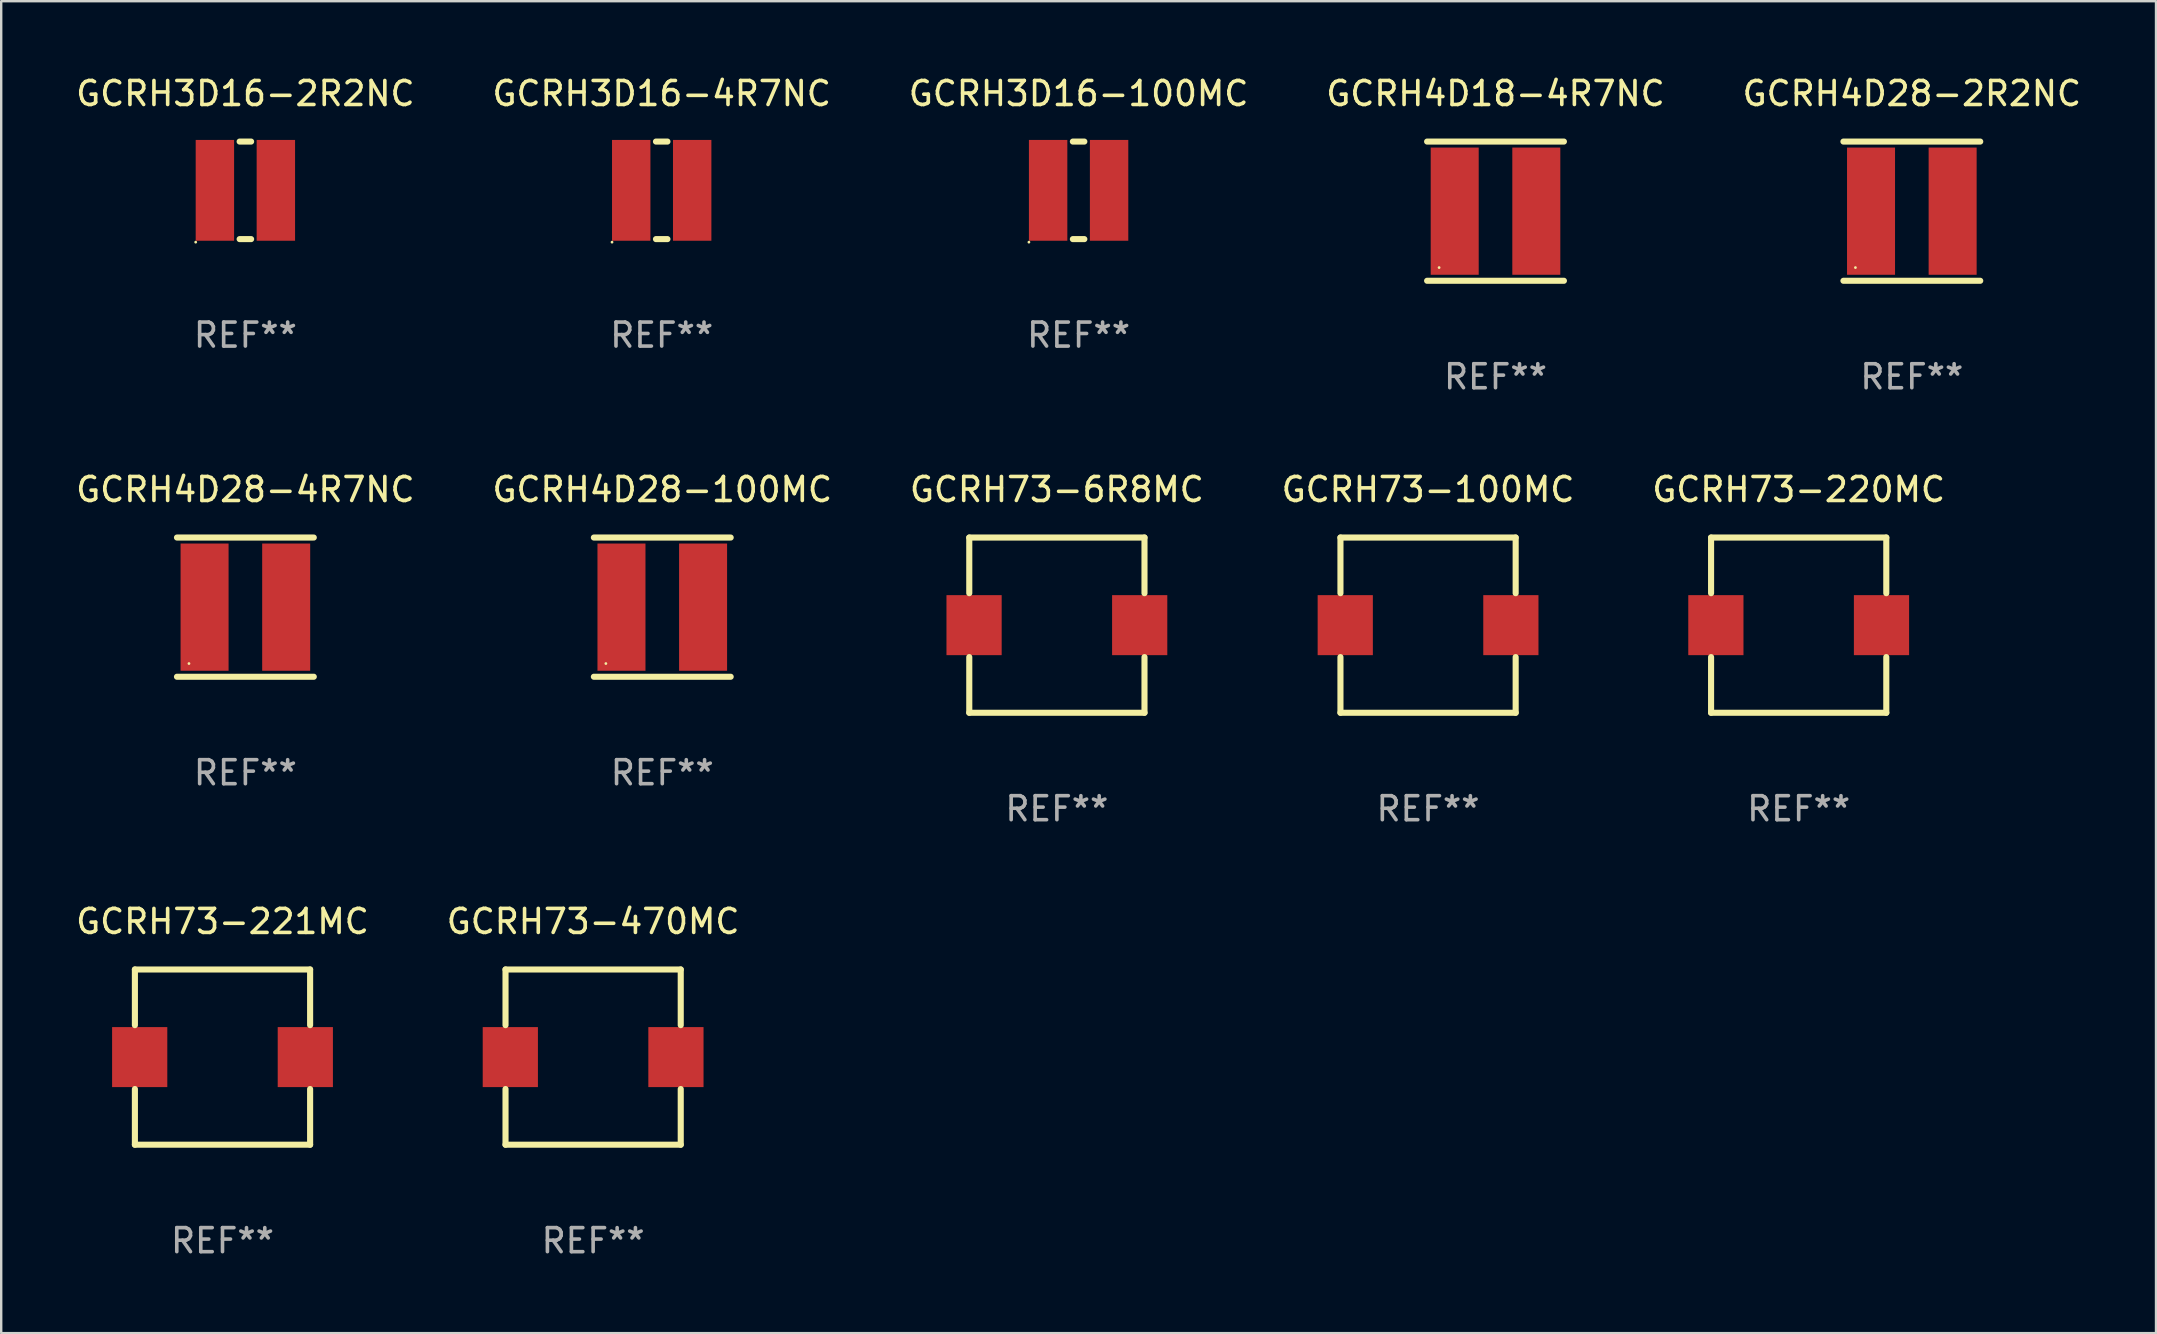
<source format=kicad_pcb>
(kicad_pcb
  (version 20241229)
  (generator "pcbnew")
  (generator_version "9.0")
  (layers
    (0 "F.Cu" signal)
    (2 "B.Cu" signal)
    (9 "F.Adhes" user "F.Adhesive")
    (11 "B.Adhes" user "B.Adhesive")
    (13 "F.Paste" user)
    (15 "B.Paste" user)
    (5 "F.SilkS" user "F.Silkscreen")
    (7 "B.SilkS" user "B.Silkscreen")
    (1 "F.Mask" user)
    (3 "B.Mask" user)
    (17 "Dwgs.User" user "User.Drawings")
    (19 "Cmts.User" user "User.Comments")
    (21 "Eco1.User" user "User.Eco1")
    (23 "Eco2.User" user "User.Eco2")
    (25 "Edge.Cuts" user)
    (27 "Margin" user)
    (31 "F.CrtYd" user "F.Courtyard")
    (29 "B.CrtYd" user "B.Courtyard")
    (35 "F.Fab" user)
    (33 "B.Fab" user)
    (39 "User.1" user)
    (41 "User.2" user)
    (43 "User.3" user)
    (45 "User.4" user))
  (footprint "GCRH73-470MC"
    (layer "F.Cu")
    (at 21.661 40.991)
    (property "Reference" "GCRH73-470MC" (at 0 -5.65 0) (layer "F.SilkS") (effects (font (size 1 1) (thickness 0.15))))
    (attr through_hole)
    (fp_line (start -3.65 -3.65) (end 3.65 -3.65) (stroke (width 0.254) (type solid)) (layer "F.SilkS"))
    (fp_line (start -3.65 -1.331) (end -3.65 -3.65) (stroke (width 0.254) (type solid)) (layer "F.SilkS"))
    (fp_line (start -3.65 3.65) (end -3.65 1.331) (stroke (width 0.254) (type solid)) (layer "F.SilkS"))
    (fp_line (start 3.65 -3.65) (end 3.65 -1.331) (stroke (width 0.254) (type solid)) (layer "F.SilkS"))
    (fp_line (start 3.65 1.331) (end 3.65 3.65) (stroke (width 0.254) (type solid)) (layer "F.SilkS"))
    (fp_line (start 3.65 3.65) (end -3.65 3.65) (stroke (width 0.254) (type solid)) (layer "F.SilkS"))
    (fp_circle (center -3.65 3.65) (end -3.62 3.65) (stroke (width 0.06) (type solid)) (fill no) (layer "F.SilkS"))
    (fp_text user "REF**" (at 0 7.65 0) (layer "F.Fab") (effects (font (size 1 1) (thickness 0.15))))
    (pad "1" smd rect (at -3.45 0) (size 2.3 2.5) (layers "F.Cu" "F.Mask" "F.Paste"))
    (pad "2" smd rect (at 3.45 0) (size 2.3 2.5) (layers "F.Cu" "F.Mask" "F.Paste")))
  (footprint "GCRH73-6R8MC"
    (layer "F.Cu")
    (at 40.982 22.995)
    (property "Reference" "GCRH73-6R8MC" (at 0 -5.65 0) (layer "F.SilkS") (effects (font (size 1 1) (thickness 0.15))))
    (attr through_hole)
    (fp_line (start -3.65 -3.65) (end 3.65 -3.65) (stroke (width 0.254) (type solid)) (layer "F.SilkS"))
    (fp_line (start -3.65 -1.331) (end -3.65 -3.65) (stroke (width 0.254) (type solid)) (layer "F.SilkS"))
    (fp_line (start -3.65 3.65) (end -3.65 1.331) (stroke (width 0.254) (type solid)) (layer "F.SilkS"))
    (fp_line (start 3.65 -3.65) (end 3.65 -1.331) (stroke (width 0.254) (type solid)) (layer "F.SilkS"))
    (fp_line (start 3.65 1.331) (end 3.65 3.65) (stroke (width 0.254) (type solid)) (layer "F.SilkS"))
    (fp_line (start 3.65 3.65) (end -3.65 3.65) (stroke (width 0.254) (type solid)) (layer "F.SilkS"))
    (fp_circle (center -3.65 3.65) (end -3.62 3.65) (stroke (width 0.06) (type solid)) (fill no) (layer "F.SilkS"))
    (fp_text user "REF**" (at 0 7.65 0) (layer "F.Fab") (effects (font (size 1 1) (thickness 0.15))))
    (pad "1" smd rect (at -3.45 0) (size 2.3 2.5) (layers "F.Cu" "F.Mask" "F.Paste"))
    (pad "2" smd rect (at 3.45 0) (size 2.3 2.5) (layers "F.Cu" "F.Mask" "F.Paste")))
  (footprint "GCRH3D16-4R7NC"
    (layer "F.Cu")
    (at 24.518 4.88)
    (property "Reference" "GCRH3D16-4R7NC" (at 0 -4.032 0) (layer "F.SilkS") (effects (font (size 1 1) (thickness 0.15))))
    (attr through_hole)
    (fp_line (start -0.239 -2.032) (end 0.239 -2.032) (stroke (width 0.254) (type solid)) (layer "F.SilkS"))
    (fp_line (start -0.239 2.032) (end 0.239 2.032) (stroke (width 0.254) (type solid)) (layer "F.SilkS"))
    (fp_circle (center -2.07 2.159) (end -2.04 2.159) (stroke (width 0.06) (type solid)) (fill no) (layer "F.SilkS"))
    (fp_text user "REF**" (at 0 6.032 0) (layer "F.Fab") (effects (font (size 1 1) (thickness 0.15))))
    (pad "1" smd rect (at -1.27 0 90) (size 4.2 1.6) (layers "F.Cu" "F.Mask" "F.Paste"))
    (pad "2" smd rect (at 1.27 0 90) (size 4.2 1.6) (layers "F.Cu" "F.Mask" "F.Paste")))
  (footprint "GCRH4D18-4R7NC"
    (layer "F.Cu")
    (at 59.256 5.748)
    (property "Reference" "GCRH4D18-4R7NC" (at 0 -4.9 0) (layer "F.SilkS") (effects (font (size 1 1) (thickness 0.15))))
    (attr through_hole)
    (fp_line (start -2.85 -2.9) (end 2.85 -2.9) (stroke (width 0.254) (type solid)) (layer "F.SilkS"))
    (fp_line (start -2.85 2.9) (end 2.85 2.9) (stroke (width 0.254) (type solid)) (layer "F.SilkS"))
    (fp_circle (center -2.35 2.35) (end -2.32 2.35) (stroke (width 0.06) (type solid)) (fill no) (layer "F.SilkS"))
    (fp_text user "REF**" (at 0 6.9 0) (layer "F.Fab") (effects (font (size 1 1) (thickness 0.15))))
    (pad "1" smd rect (at -1.7 0) (size 2 5.3) (layers "F.Cu" "F.Mask" "F.Paste"))
    (pad "2" smd rect (at 1.7 0) (size 2 5.3) (layers "F.Cu" "F.Mask" "F.Paste")))
  (footprint "GCRH73-220MC"
    (layer "F.Cu")
    (at 71.887 22.995)
    (property "Reference" "GCRH73-220MC" (at 0 -5.65 0) (layer "F.SilkS") (effects (font (size 1 1) (thickness 0.15))))
    (attr through_hole)
    (fp_line (start -3.65 -3.65) (end 3.65 -3.65) (stroke (width 0.254) (type solid)) (layer "F.SilkS"))
    (fp_line (start -3.65 -1.331) (end -3.65 -3.65) (stroke (width 0.254) (type solid)) (layer "F.SilkS"))
    (fp_line (start -3.65 3.65) (end -3.65 1.331) (stroke (width 0.254) (type solid)) (layer "F.SilkS"))
    (fp_line (start 3.65 -3.65) (end 3.65 -1.331) (stroke (width 0.254) (type solid)) (layer "F.SilkS"))
    (fp_line (start 3.65 1.331) (end 3.65 3.65) (stroke (width 0.254) (type solid)) (layer "F.SilkS"))
    (fp_line (start 3.65 3.65) (end -3.65 3.65) (stroke (width 0.254) (type solid)) (layer "F.SilkS"))
    (fp_circle (center -3.65 3.65) (end -3.62 3.65) (stroke (width 0.06) (type solid)) (fill no) (layer "F.SilkS"))
    (fp_text user "REF**" (at 0 7.65 0) (layer "F.Fab") (effects (font (size 1 1) (thickness 0.15))))
    (pad "1" smd rect (at -3.45 0) (size 2.3 2.5) (layers "F.Cu" "F.Mask" "F.Paste"))
    (pad "2" smd rect (at 3.45 0) (size 2.3 2.5) (layers "F.Cu" "F.Mask" "F.Paste")))
  (footprint "GCRH4D28-100MC"
    (layer "F.Cu")
    (at 24.542 22.245)
    (property "Reference" "GCRH4D28-100MC" (at 0 -4.9 0) (layer "F.SilkS") (effects (font (size 1 1) (thickness 0.15))))
    (attr through_hole)
    (fp_line (start -2.85 -2.9) (end 2.85 -2.9) (stroke (width 0.254) (type solid)) (layer "F.SilkS"))
    (fp_line (start -2.85 2.9) (end 2.85 2.9) (stroke (width 0.254) (type solid)) (layer "F.SilkS"))
    (fp_circle (center -2.35 2.35) (end -2.32 2.35) (stroke (width 0.06) (type solid)) (fill no) (layer "F.SilkS"))
    (fp_text user "REF**" (at 0 6.9 0) (layer "F.Fab") (effects (font (size 1 1) (thickness 0.15))))
    (pad "1" smd rect (at -1.7 0) (size 2 5.3) (layers "F.Cu" "F.Mask" "F.Paste"))
    (pad "2" smd rect (at 1.7 0) (size 2 5.3) (layers "F.Cu" "F.Mask" "F.Paste")))
  (footprint "GCRH4D28-4R7NC"
    (layer "F.Cu")
    (at 7.173 22.245)
    (property "Reference" "GCRH4D28-4R7NC" (at 0 -4.9 0) (layer "F.SilkS") (effects (font (size 1 1) (thickness 0.15))))
    (attr through_hole)
    (fp_line (start -2.85 -2.9) (end 2.85 -2.9) (stroke (width 0.254) (type solid)) (layer "F.SilkS"))
    (fp_line (start -2.85 2.9) (end 2.85 2.9) (stroke (width 0.254) (type solid)) (layer "F.SilkS"))
    (fp_circle (center -2.35 2.35) (end -2.32 2.35) (stroke (width 0.06) (type solid)) (fill no) (layer "F.SilkS"))
    (fp_text user "REF**" (at 0 6.9 0) (layer "F.Fab") (effects (font (size 1 1) (thickness 0.15))))
    (pad "1" smd rect (at -1.7 0) (size 2 5.3) (layers "F.Cu" "F.Mask" "F.Paste"))
    (pad "2" smd rect (at 1.7 0) (size 2 5.3) (layers "F.Cu" "F.Mask" "F.Paste")))
  (footprint "GCRH73-221MC"
    (layer "F.Cu")
    (at 6.22 40.991)
    (property "Reference" "GCRH73-221MC" (at 0 -5.65 0) (layer "F.SilkS") (effects (font (size 1 1) (thickness 0.15))))
    (attr through_hole)
    (fp_line (start -3.65 -3.65) (end 3.65 -3.65) (stroke (width 0.254) (type solid)) (layer "F.SilkS"))
    (fp_line (start -3.65 -1.331) (end -3.65 -3.65) (stroke (width 0.254) (type solid)) (layer "F.SilkS"))
    (fp_line (start -3.65 3.65) (end -3.65 1.331) (stroke (width 0.254) (type solid)) (layer "F.SilkS"))
    (fp_line (start 3.65 -3.65) (end 3.65 -1.331) (stroke (width 0.254) (type solid)) (layer "F.SilkS"))
    (fp_line (start 3.65 1.331) (end 3.65 3.65) (stroke (width 0.254) (type solid)) (layer "F.SilkS"))
    (fp_line (start 3.65 3.65) (end -3.65 3.65) (stroke (width 0.254) (type solid)) (layer "F.SilkS"))
    (fp_circle (center -3.65 3.65) (end -3.62 3.65) (stroke (width 0.06) (type solid)) (fill no) (layer "F.SilkS"))
    (fp_text user "REF**" (at 0 7.65 0) (layer "F.Fab") (effects (font (size 1 1) (thickness 0.15))))
    (pad "1" smd rect (at -3.45 0) (size 2.3 2.5) (layers "F.Cu" "F.Mask" "F.Paste"))
    (pad "2" smd rect (at 3.45 0) (size 2.3 2.5) (layers "F.Cu" "F.Mask" "F.Paste")))
  (footprint "GCRH3D16-100MC"
    (layer "F.Cu")
    (at 41.887 4.88)
    (property "Reference" "GCRH3D16-100MC" (at 0 -4.032 0) (layer "F.SilkS") (effects (font (size 1 1) (thickness 0.15))))
    (attr through_hole)
    (fp_line (start -0.239 -2.032) (end 0.239 -2.032) (stroke (width 0.254) (type solid)) (layer "F.SilkS"))
    (fp_line (start -0.239 2.032) (end 0.239 2.032) (stroke (width 0.254) (type solid)) (layer "F.SilkS"))
    (fp_circle (center -2.07 2.159) (end -2.04 2.159) (stroke (width 0.06) (type solid)) (fill no) (layer "F.SilkS"))
    (fp_text user "REF**" (at 0 6.032 0) (layer "F.Fab") (effects (font (size 1 1) (thickness 0.15))))
    (pad "1" smd rect (at -1.27 0 90) (size 4.2 1.6) (layers "F.Cu" "F.Mask" "F.Paste"))
    (pad "2" smd rect (at 1.27 0 90) (size 4.2 1.6) (layers "F.Cu" "F.Mask" "F.Paste")))
  (footprint "GCRH73-100MC"
    (layer "F.Cu")
    (at 56.446 22.995)
    (property "Reference" "GCRH73-100MC" (at 0 -5.65 0) (layer "F.SilkS") (effects (font (size 1 1) (thickness 0.15))))
    (attr through_hole)
    (fp_line (start -3.65 -3.65) (end 3.65 -3.65) (stroke (width 0.254) (type solid)) (layer "F.SilkS"))
    (fp_line (start -3.65 -1.331) (end -3.65 -3.65) (stroke (width 0.254) (type solid)) (layer "F.SilkS"))
    (fp_line (start -3.65 3.65) (end -3.65 1.331) (stroke (width 0.254) (type solid)) (layer "F.SilkS"))
    (fp_line (start 3.65 -3.65) (end 3.65 -1.331) (stroke (width 0.254) (type solid)) (layer "F.SilkS"))
    (fp_line (start 3.65 1.331) (end 3.65 3.65) (stroke (width 0.254) (type solid)) (layer "F.SilkS"))
    (fp_line (start 3.65 3.65) (end -3.65 3.65) (stroke (width 0.254) (type solid)) (layer "F.SilkS"))
    (fp_circle (center -3.65 3.65) (end -3.62 3.65) (stroke (width 0.06) (type solid)) (fill no) (layer "F.SilkS"))
    (fp_text user "REF**" (at 0 7.65 0) (layer "F.Fab") (effects (font (size 1 1) (thickness 0.15))))
    (pad "1" smd rect (at -3.45 0) (size 2.3 2.5) (layers "F.Cu" "F.Mask" "F.Paste"))
    (pad "2" smd rect (at 3.45 0) (size 2.3 2.5) (layers "F.Cu" "F.Mask" "F.Paste")))
  (footprint "GCRH4D28-2R2NC"
    (layer "F.Cu")
    (at 76.601 5.748)
    (property "Reference" "GCRH4D28-2R2NC" (at 0 -4.9 0) (layer "F.SilkS") (effects (font (size 1 1) (thickness 0.15))))
    (attr through_hole)
    (fp_line (start -2.85 -2.9) (end 2.85 -2.9) (stroke (width 0.254) (type solid)) (layer "F.SilkS"))
    (fp_line (start -2.85 2.9) (end 2.85 2.9) (stroke (width 0.254) (type solid)) (layer "F.SilkS"))
    (fp_circle (center -2.35 2.35) (end -2.32 2.35) (stroke (width 0.06) (type solid)) (fill no) (layer "F.SilkS"))
    (fp_text user "REF**" (at 0 6.9 0) (layer "F.Fab") (effects (font (size 1 1) (thickness 0.15))))
    (pad "1" smd rect (at -1.7 0) (size 2 5.3) (layers "F.Cu" "F.Mask" "F.Paste"))
    (pad "2" smd rect (at 1.7 0) (size 2 5.3) (layers "F.Cu" "F.Mask" "F.Paste")))
  (footprint "GCRH3D16-2R2NC"
    (layer "F.Cu")
    (at 7.173 4.88)
    (property "Reference" "GCRH3D16-2R2NC" (at 0 -4.032 0) (layer "F.SilkS") (effects (font (size 1 1) (thickness 0.15))))
    (attr through_hole)
    (fp_line (start -0.239 -2.032) (end 0.239 -2.032) (stroke (width 0.254) (type solid)) (layer "F.SilkS"))
    (fp_line (start -0.239 2.032) (end 0.239 2.032) (stroke (width 0.254) (type solid)) (layer "F.SilkS"))
    (fp_circle (center -2.07 2.159) (end -2.04 2.159) (stroke (width 0.06) (type solid)) (fill no) (layer "F.SilkS"))
    (fp_text user "REF**" (at 0 6.032 0) (layer "F.Fab") (effects (font (size 1 1) (thickness 0.15))))
    (pad "1" smd rect (at -1.27 0 90) (size 4.2 1.6) (layers "F.Cu" "F.Mask" "F.Paste"))
    (pad "2" smd rect (at 1.27 0 90) (size 4.2 1.6) (layers "F.Cu" "F.Mask" "F.Paste")))
  (gr_rect
    (start -3 -3)
    (end 86.774 52.49)
    (stroke (width 0.1) (type default))
    (fill no)
    (layer "Edge.Cuts")))
</source>
